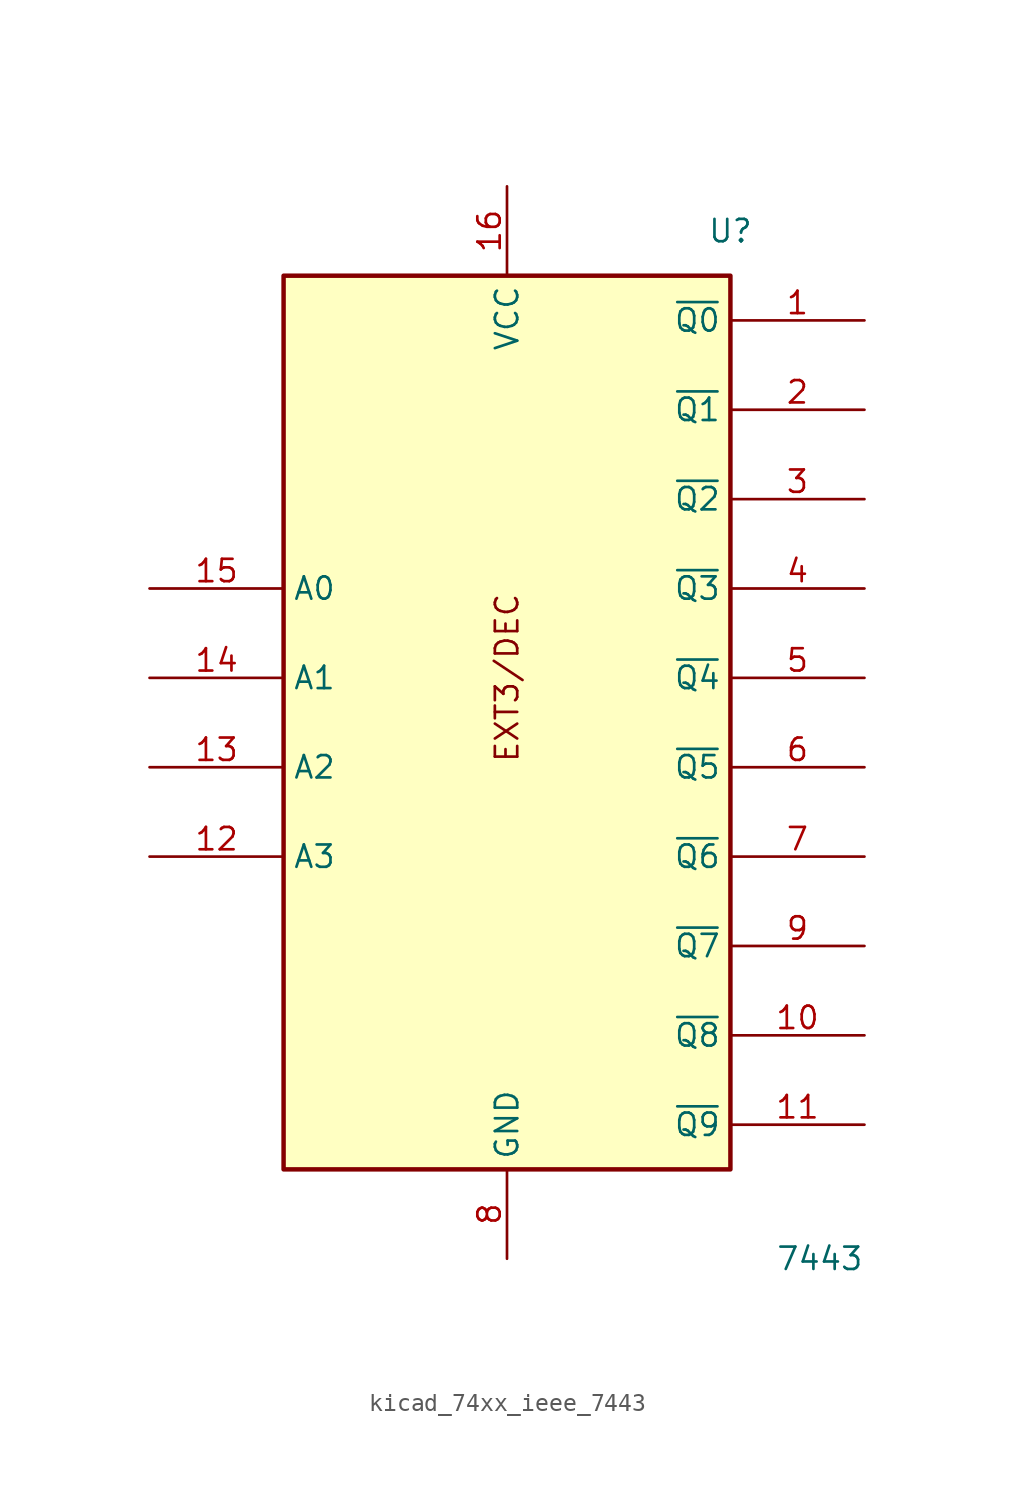
<source format=kicad_sym>
(kicad_symbol_lib
  (version 20220914)
  (generator kicad_symbol_editor)
  (symbol "kicad_74xx_ieee_7443"
    (property "Reference" "U"
      (at 12.7 27.94 0)
      (effects (font (size 1.27 1.27))))
    (property "Value" "7443"
      (at 17.78 -30.48 0)
      (effects (font (size 1.27 1.27))))
    (symbol "kicad_74xx_ieee_7443_0_0"
      (rectangle (start -12.7 25.4) (end 12.7 -25.4) (stroke (width 0.254) (type default)) (fill (type background)))
      (text "EXT3/DEC" (at 0 2.54 900) (effects (font (size 1.27 1.27))))
      (pin power_in line (at 0 30.48 270) (length 5.08) (name "VCC" (effects (font (size 1.27 1.27)))) (number "16" (effects (font (size 1.27 1.27)))))
      (pin power_in line (at 0 -30.48 90) (length 5.08) (name "GND" (effects (font (size 1.27 1.27)))) (number "8" (effects (font (size 1.27 1.27))))))
    (symbol "kicad_74xx_ieee_7443_1_1"
      (pin output line (at 20.32 22.86 180) (length 7.62) (name "~{Q0}" (effects (font (size 1.27 1.27)))) (number "1" (effects (font (size 1.27 1.27)))))
      (pin output line (at 20.32 -17.78 180) (length 7.62) (name "~{Q8}" (effects (font (size 1.27 1.27)))) (number "10" (effects (font (size 1.27 1.27)))))
      (pin output line (at 20.32 -22.86 180) (length 7.62) (name "~{Q9}" (effects (font (size 1.27 1.27)))) (number "11" (effects (font (size 1.27 1.27)))))
      (pin input line (at -20.32 -7.62 0) (length 7.62) (name "A3" (effects (font (size 1.27 1.27)))) (number "12" (effects (font (size 1.27 1.27)))))
      (pin input line (at -20.32 -2.54 0) (length 7.62) (name "A2" (effects (font (size 1.27 1.27)))) (number "13" (effects (font (size 1.27 1.27)))))
      (pin input line (at -20.32 2.54 0) (length 7.62) (name "A1" (effects (font (size 1.27 1.27)))) (number "14" (effects (font (size 1.27 1.27)))))
      (pin input line (at -20.32 7.62 0) (length 7.62) (name "A0" (effects (font (size 1.27 1.27)))) (number "15" (effects (font (size 1.27 1.27)))))
      (pin output line (at 20.32 17.78 180) (length 7.62) (name "~{Q1}" (effects (font (size 1.27 1.27)))) (number "2" (effects (font (size 1.27 1.27)))))
      (pin output line (at 20.32 12.7 180) (length 7.62) (name "~{Q2}" (effects (font (size 1.27 1.27)))) (number "3" (effects (font (size 1.27 1.27)))))
      (pin output line (at 20.32 7.62 180) (length 7.62) (name "~{Q3}" (effects (font (size 1.27 1.27)))) (number "4" (effects (font (size 1.27 1.27)))))
      (pin output line (at 20.32 2.54 180) (length 7.62) (name "~{Q4}" (effects (font (size 1.27 1.27)))) (number "5" (effects (font (size 1.27 1.27)))))
      (pin output line (at 20.32 -2.54 180) (length 7.62) (name "~{Q5}" (effects (font (size 1.27 1.27)))) (number "6" (effects (font (size 1.27 1.27)))))
      (pin output line (at 20.32 -7.62 180) (length 7.62) (name "~{Q6}" (effects (font (size 1.27 1.27)))) (number "7" (effects (font (size 1.27 1.27)))))
      (pin output line (at 20.32 -12.7 180) (length 7.62) (name "~{Q7}" (effects (font (size 1.27 1.27)))) (number "9" (effects (font (size 1.27 1.27))))))))
</source>
